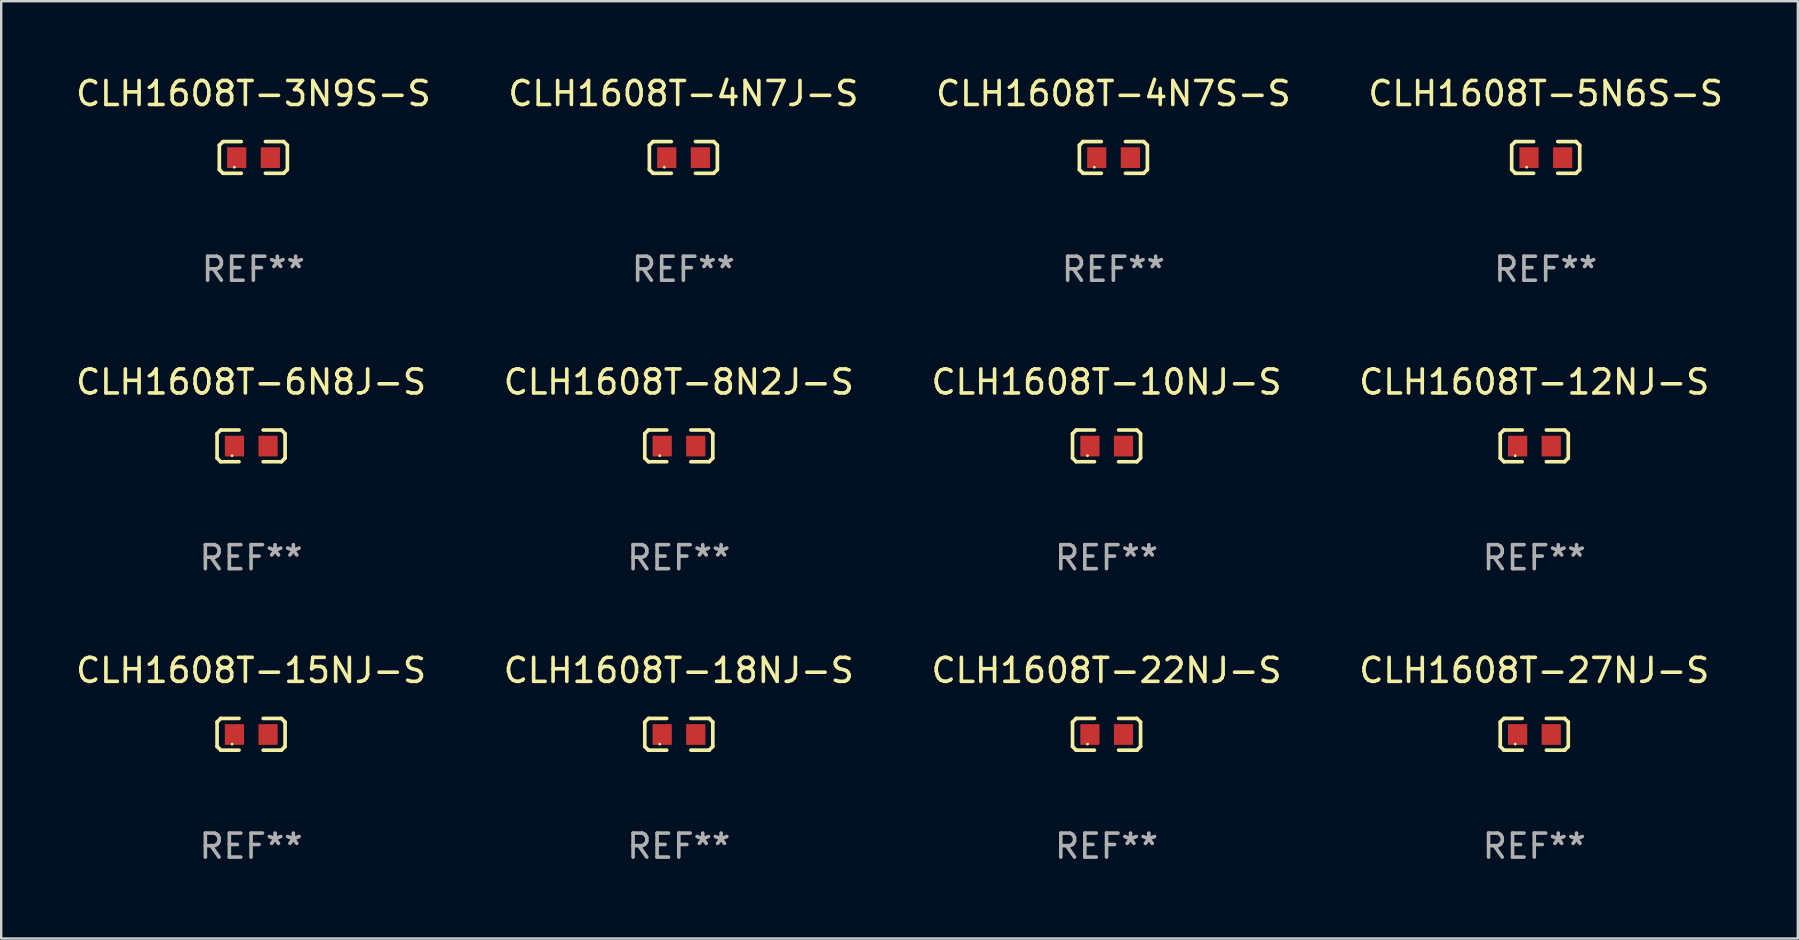
<source format=kicad_pcb>
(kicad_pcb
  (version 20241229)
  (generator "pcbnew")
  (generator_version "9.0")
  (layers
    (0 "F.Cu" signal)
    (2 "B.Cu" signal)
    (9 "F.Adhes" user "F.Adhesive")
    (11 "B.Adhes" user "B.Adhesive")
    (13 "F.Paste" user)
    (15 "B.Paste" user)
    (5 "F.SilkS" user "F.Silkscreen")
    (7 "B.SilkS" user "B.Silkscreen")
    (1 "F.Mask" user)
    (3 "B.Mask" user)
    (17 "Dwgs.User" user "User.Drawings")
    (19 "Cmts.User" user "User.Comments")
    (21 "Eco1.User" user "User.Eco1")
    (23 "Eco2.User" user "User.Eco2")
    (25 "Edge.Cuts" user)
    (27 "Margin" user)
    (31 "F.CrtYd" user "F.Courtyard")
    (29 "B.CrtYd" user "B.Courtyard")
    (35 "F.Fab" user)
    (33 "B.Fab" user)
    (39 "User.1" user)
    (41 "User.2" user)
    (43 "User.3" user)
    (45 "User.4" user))
  (footprint "CLH1608T-8N2J-S"
    (layer "F.Cu")
    (at 25.232 15.527)
    (property "Reference" "CLH1608T-8N2J-S" (at 0 -2.661 0) (layer "F.SilkS") (effects (font (size 1 1) (thickness 0.15))))
    (attr through_hole)
    (fp_line (start -1.417 -0.508) (end -1.265 -0.661) (stroke (width 0.152) (type solid)) (layer "F.SilkS"))
    (fp_line (start -1.417 0.508) (end -1.417 -0.508) (stroke (width 0.152) (type solid)) (layer "F.SilkS"))
    (fp_line (start -1.265 -0.661) (end -0.503 -0.661) (stroke (width 0.152) (type solid)) (layer "F.SilkS"))
    (fp_line (start -1.265 0.661) (end -1.417 0.508) (stroke (width 0.152) (type solid)) (layer "F.SilkS"))
    (fp_line (start -1.265 0.661) (end -0.503 0.661) (stroke (width 0.152) (type solid)) (layer "F.SilkS"))
    (fp_line (start 1.265 -0.661) (end 0.503 -0.661) (stroke (width 0.152) (type solid)) (layer "F.SilkS"))
    (fp_line (start 1.265 -0.661) (end 1.417 -0.508) (stroke (width 0.152) (type solid)) (layer "F.SilkS"))
    (fp_line (start 1.265 0.661) (end 0.503 0.661) (stroke (width 0.152) (type solid)) (layer "F.SilkS"))
    (fp_line (start 1.417 -0.508) (end 1.417 0.508) (stroke (width 0.152) (type solid)) (layer "F.SilkS"))
    (fp_line (start 1.417 0.508) (end 1.265 0.661) (stroke (width 0.152) (type solid)) (layer "F.SilkS"))
    (fp_circle (center -0.793 0.409) (end -0.763 0.409) (stroke (width 0.06) (type solid)) (fill no) (layer "F.SilkS"))
    (fp_text user "REF**" (at 0 4.661 0) (layer "F.Fab") (effects (font (size 1 1) (thickness 0.15))))
    (pad "1" smd rect (at -0.693 0.009 180) (size 0.8 0.864) (layers "F.Cu" "F.Mask" "F.Paste"))
    (pad "2" smd rect (at 0.707 0.009 180) (size 0.8 0.864) (layers "F.Cu" "F.Mask" "F.Paste")))
  (footprint "CLH1608T-12NJ-S"
    (layer "F.Cu")
    (at 60.875 15.527)
    (property "Reference" "CLH1608T-12NJ-S" (at 0 -2.661 0) (layer "F.SilkS") (effects (font (size 1 1) (thickness 0.15))))
    (attr through_hole)
    (fp_line (start -1.417 -0.508) (end -1.265 -0.661) (stroke (width 0.152) (type solid)) (layer "F.SilkS"))
    (fp_line (start -1.417 0.508) (end -1.417 -0.508) (stroke (width 0.152) (type solid)) (layer "F.SilkS"))
    (fp_line (start -1.265 -0.661) (end -0.503 -0.661) (stroke (width 0.152) (type solid)) (layer "F.SilkS"))
    (fp_line (start -1.265 0.661) (end -1.417 0.508) (stroke (width 0.152) (type solid)) (layer "F.SilkS"))
    (fp_line (start -1.265 0.661) (end -0.503 0.661) (stroke (width 0.152) (type solid)) (layer "F.SilkS"))
    (fp_line (start 1.265 -0.661) (end 0.503 -0.661) (stroke (width 0.152) (type solid)) (layer "F.SilkS"))
    (fp_line (start 1.265 -0.661) (end 1.417 -0.508) (stroke (width 0.152) (type solid)) (layer "F.SilkS"))
    (fp_line (start 1.265 0.661) (end 0.503 0.661) (stroke (width 0.152) (type solid)) (layer "F.SilkS"))
    (fp_line (start 1.417 -0.508) (end 1.417 0.508) (stroke (width 0.152) (type solid)) (layer "F.SilkS"))
    (fp_line (start 1.417 0.508) (end 1.265 0.661) (stroke (width 0.152) (type solid)) (layer "F.SilkS"))
    (fp_circle (center -0.793 0.409) (end -0.763 0.409) (stroke (width 0.06) (type solid)) (fill no) (layer "F.SilkS"))
    (fp_text user "REF**" (at 0 4.661 0) (layer "F.Fab") (effects (font (size 1 1) (thickness 0.15))))
    (pad "1" smd rect (at -0.693 0.009 180) (size 0.8 0.864) (layers "F.Cu" "F.Mask" "F.Paste"))
    (pad "2" smd rect (at 0.707 0.009 180) (size 0.8 0.864) (layers "F.Cu" "F.Mask" "F.Paste")))
  (footprint "CLH1608T-27NJ-S"
    (layer "F.Cu")
    (at 60.875 27.544)
    (property "Reference" "CLH1608T-27NJ-S" (at 0 -2.661 0) (layer "F.SilkS") (effects (font (size 1 1) (thickness 0.15))))
    (attr through_hole)
    (fp_line (start -1.417 -0.508) (end -1.265 -0.661) (stroke (width 0.152) (type solid)) (layer "F.SilkS"))
    (fp_line (start -1.417 0.508) (end -1.417 -0.508) (stroke (width 0.152) (type solid)) (layer "F.SilkS"))
    (fp_line (start -1.265 -0.661) (end -0.503 -0.661) (stroke (width 0.152) (type solid)) (layer "F.SilkS"))
    (fp_line (start -1.265 0.661) (end -1.417 0.508) (stroke (width 0.152) (type solid)) (layer "F.SilkS"))
    (fp_line (start -1.265 0.661) (end -0.503 0.661) (stroke (width 0.152) (type solid)) (layer "F.SilkS"))
    (fp_line (start 1.265 -0.661) (end 0.503 -0.661) (stroke (width 0.152) (type solid)) (layer "F.SilkS"))
    (fp_line (start 1.265 -0.661) (end 1.417 -0.508) (stroke (width 0.152) (type solid)) (layer "F.SilkS"))
    (fp_line (start 1.265 0.661) (end 0.503 0.661) (stroke (width 0.152) (type solid)) (layer "F.SilkS"))
    (fp_line (start 1.417 -0.508) (end 1.417 0.508) (stroke (width 0.152) (type solid)) (layer "F.SilkS"))
    (fp_line (start 1.417 0.508) (end 1.265 0.661) (stroke (width 0.152) (type solid)) (layer "F.SilkS"))
    (fp_circle (center -0.793 0.409) (end -0.763 0.409) (stroke (width 0.06) (type solid)) (fill no) (layer "F.SilkS"))
    (fp_text user "REF**" (at 0 4.661 0) (layer "F.Fab") (effects (font (size 1 1) (thickness 0.15))))
    (pad "1" smd rect (at -0.693 0.009 180) (size 0.8 0.864) (layers "F.Cu" "F.Mask" "F.Paste"))
    (pad "2" smd rect (at 0.707 0.009 180) (size 0.8 0.864) (layers "F.Cu" "F.Mask" "F.Paste")))
  (footprint "CLH1608T-18NJ-S"
    (layer "F.Cu")
    (at 25.232 27.544)
    (property "Reference" "CLH1608T-18NJ-S" (at 0 -2.661 0) (layer "F.SilkS") (effects (font (size 1 1) (thickness 0.15))))
    (attr through_hole)
    (fp_line (start -1.417 -0.508) (end -1.265 -0.661) (stroke (width 0.152) (type solid)) (layer "F.SilkS"))
    (fp_line (start -1.417 0.508) (end -1.417 -0.508) (stroke (width 0.152) (type solid)) (layer "F.SilkS"))
    (fp_line (start -1.265 -0.661) (end -0.503 -0.661) (stroke (width 0.152) (type solid)) (layer "F.SilkS"))
    (fp_line (start -1.265 0.661) (end -1.417 0.508) (stroke (width 0.152) (type solid)) (layer "F.SilkS"))
    (fp_line (start -1.265 0.661) (end -0.503 0.661) (stroke (width 0.152) (type solid)) (layer "F.SilkS"))
    (fp_line (start 1.265 -0.661) (end 0.503 -0.661) (stroke (width 0.152) (type solid)) (layer "F.SilkS"))
    (fp_line (start 1.265 -0.661) (end 1.417 -0.508) (stroke (width 0.152) (type solid)) (layer "F.SilkS"))
    (fp_line (start 1.265 0.661) (end 0.503 0.661) (stroke (width 0.152) (type solid)) (layer "F.SilkS"))
    (fp_line (start 1.417 -0.508) (end 1.417 0.508) (stroke (width 0.152) (type solid)) (layer "F.SilkS"))
    (fp_line (start 1.417 0.508) (end 1.265 0.661) (stroke (width 0.152) (type solid)) (layer "F.SilkS"))
    (fp_circle (center -0.793 0.409) (end -0.763 0.409) (stroke (width 0.06) (type solid)) (fill no) (layer "F.SilkS"))
    (fp_text user "REF**" (at 0 4.661 0) (layer "F.Fab") (effects (font (size 1 1) (thickness 0.15))))
    (pad "1" smd rect (at -0.693 0.009 180) (size 0.8 0.864) (layers "F.Cu" "F.Mask" "F.Paste"))
    (pad "2" smd rect (at 0.707 0.009 180) (size 0.8 0.864) (layers "F.Cu" "F.Mask" "F.Paste")))
  (footprint "CLH1608T-10NJ-S"
    (layer "F.Cu")
    (at 43.054 15.527)
    (property "Reference" "CLH1608T-10NJ-S" (at 0 -2.661 0) (layer "F.SilkS") (effects (font (size 1 1) (thickness 0.15))))
    (attr through_hole)
    (fp_line (start -1.417 -0.508) (end -1.265 -0.661) (stroke (width 0.152) (type solid)) (layer "F.SilkS"))
    (fp_line (start -1.417 0.508) (end -1.417 -0.508) (stroke (width 0.152) (type solid)) (layer "F.SilkS"))
    (fp_line (start -1.265 -0.661) (end -0.503 -0.661) (stroke (width 0.152) (type solid)) (layer "F.SilkS"))
    (fp_line (start -1.265 0.661) (end -1.417 0.508) (stroke (width 0.152) (type solid)) (layer "F.SilkS"))
    (fp_line (start -1.265 0.661) (end -0.503 0.661) (stroke (width 0.152) (type solid)) (layer "F.SilkS"))
    (fp_line (start 1.265 -0.661) (end 0.503 -0.661) (stroke (width 0.152) (type solid)) (layer "F.SilkS"))
    (fp_line (start 1.265 -0.661) (end 1.417 -0.508) (stroke (width 0.152) (type solid)) (layer "F.SilkS"))
    (fp_line (start 1.265 0.661) (end 0.503 0.661) (stroke (width 0.152) (type solid)) (layer "F.SilkS"))
    (fp_line (start 1.417 -0.508) (end 1.417 0.508) (stroke (width 0.152) (type solid)) (layer "F.SilkS"))
    (fp_line (start 1.417 0.508) (end 1.265 0.661) (stroke (width 0.152) (type solid)) (layer "F.SilkS"))
    (fp_circle (center -0.793 0.409) (end -0.763 0.409) (stroke (width 0.06) (type solid)) (fill no) (layer "F.SilkS"))
    (fp_text user "REF**" (at 0 4.661 0) (layer "F.Fab") (effects (font (size 1 1) (thickness 0.15))))
    (pad "1" smd rect (at -0.693 0.009 180) (size 0.8 0.864) (layers "F.Cu" "F.Mask" "F.Paste"))
    (pad "2" smd rect (at 0.707 0.009 180) (size 0.8 0.864) (layers "F.Cu" "F.Mask" "F.Paste")))
  (footprint "CLH1608T-5N6S-S"
    (layer "F.Cu")
    (at 61.351 3.509)
    (property "Reference" "CLH1608T-5N6S-S" (at 0 -2.661 0) (layer "F.SilkS") (effects (font (size 1 1) (thickness 0.15))))
    (attr through_hole)
    (fp_line (start -1.417 -0.508) (end -1.265 -0.661) (stroke (width 0.152) (type solid)) (layer "F.SilkS"))
    (fp_line (start -1.417 0.508) (end -1.417 -0.508) (stroke (width 0.152) (type solid)) (layer "F.SilkS"))
    (fp_line (start -1.265 -0.661) (end -0.503 -0.661) (stroke (width 0.152) (type solid)) (layer "F.SilkS"))
    (fp_line (start -1.265 0.661) (end -1.417 0.508) (stroke (width 0.152) (type solid)) (layer "F.SilkS"))
    (fp_line (start -1.265 0.661) (end -0.503 0.661) (stroke (width 0.152) (type solid)) (layer "F.SilkS"))
    (fp_line (start 1.265 -0.661) (end 0.503 -0.661) (stroke (width 0.152) (type solid)) (layer "F.SilkS"))
    (fp_line (start 1.265 -0.661) (end 1.417 -0.508) (stroke (width 0.152) (type solid)) (layer "F.SilkS"))
    (fp_line (start 1.265 0.661) (end 0.503 0.661) (stroke (width 0.152) (type solid)) (layer "F.SilkS"))
    (fp_line (start 1.417 -0.508) (end 1.417 0.508) (stroke (width 0.152) (type solid)) (layer "F.SilkS"))
    (fp_line (start 1.417 0.508) (end 1.265 0.661) (stroke (width 0.152) (type solid)) (layer "F.SilkS"))
    (fp_circle (center -0.793 0.409) (end -0.763 0.409) (stroke (width 0.06) (type solid)) (fill no) (layer "F.SilkS"))
    (fp_text user "REF**" (at 0 4.661 0) (layer "F.Fab") (effects (font (size 1 1) (thickness 0.15))))
    (pad "1" smd rect (at -0.693 0.009 180) (size 0.8 0.864) (layers "F.Cu" "F.Mask" "F.Paste"))
    (pad "2" smd rect (at 0.707 0.009 180) (size 0.8 0.864) (layers "F.Cu" "F.Mask" "F.Paste")))
  (footprint "CLH1608T-4N7J-S"
    (layer "F.Cu")
    (at 25.423 3.509)
    (property "Reference" "CLH1608T-4N7J-S" (at 0 -2.661 0) (layer "F.SilkS") (effects (font (size 1 1) (thickness 0.15))))
    (attr through_hole)
    (fp_line (start -1.417 -0.508) (end -1.265 -0.661) (stroke (width 0.152) (type solid)) (layer "F.SilkS"))
    (fp_line (start -1.417 0.508) (end -1.417 -0.508) (stroke (width 0.152) (type solid)) (layer "F.SilkS"))
    (fp_line (start -1.265 -0.661) (end -0.503 -0.661) (stroke (width 0.152) (type solid)) (layer "F.SilkS"))
    (fp_line (start -1.265 0.661) (end -1.417 0.508) (stroke (width 0.152) (type solid)) (layer "F.SilkS"))
    (fp_line (start -1.265 0.661) (end -0.503 0.661) (stroke (width 0.152) (type solid)) (layer "F.SilkS"))
    (fp_line (start 1.265 -0.661) (end 0.503 -0.661) (stroke (width 0.152) (type solid)) (layer "F.SilkS"))
    (fp_line (start 1.265 -0.661) (end 1.417 -0.508) (stroke (width 0.152) (type solid)) (layer "F.SilkS"))
    (fp_line (start 1.265 0.661) (end 0.503 0.661) (stroke (width 0.152) (type solid)) (layer "F.SilkS"))
    (fp_line (start 1.417 -0.508) (end 1.417 0.508) (stroke (width 0.152) (type solid)) (layer "F.SilkS"))
    (fp_line (start 1.417 0.508) (end 1.265 0.661) (stroke (width 0.152) (type solid)) (layer "F.SilkS"))
    (fp_circle (center -0.793 0.409) (end -0.763 0.409) (stroke (width 0.06) (type solid)) (fill no) (layer "F.SilkS"))
    (fp_text user "REF**" (at 0 4.661 0) (layer "F.Fab") (effects (font (size 1 1) (thickness 0.15))))
    (pad "1" smd rect (at -0.693 0.009 180) (size 0.8 0.864) (layers "F.Cu" "F.Mask" "F.Paste"))
    (pad "2" smd rect (at 0.707 0.009 180) (size 0.8 0.864) (layers "F.Cu" "F.Mask" "F.Paste")))
  (footprint "CLH1608T-4N7S-S"
    (layer "F.Cu")
    (at 43.339 3.509)
    (property "Reference" "CLH1608T-4N7S-S" (at 0 -2.661 0) (layer "F.SilkS") (effects (font (size 1 1) (thickness 0.15))))
    (attr through_hole)
    (fp_line (start -1.417 -0.508) (end -1.265 -0.661) (stroke (width 0.152) (type solid)) (layer "F.SilkS"))
    (fp_line (start -1.417 0.508) (end -1.417 -0.508) (stroke (width 0.152) (type solid)) (layer "F.SilkS"))
    (fp_line (start -1.265 -0.661) (end -0.503 -0.661) (stroke (width 0.152) (type solid)) (layer "F.SilkS"))
    (fp_line (start -1.265 0.661) (end -1.417 0.508) (stroke (width 0.152) (type solid)) (layer "F.SilkS"))
    (fp_line (start -1.265 0.661) (end -0.503 0.661) (stroke (width 0.152) (type solid)) (layer "F.SilkS"))
    (fp_line (start 1.265 -0.661) (end 0.503 -0.661) (stroke (width 0.152) (type solid)) (layer "F.SilkS"))
    (fp_line (start 1.265 -0.661) (end 1.417 -0.508) (stroke (width 0.152) (type solid)) (layer "F.SilkS"))
    (fp_line (start 1.265 0.661) (end 0.503 0.661) (stroke (width 0.152) (type solid)) (layer "F.SilkS"))
    (fp_line (start 1.417 -0.508) (end 1.417 0.508) (stroke (width 0.152) (type solid)) (layer "F.SilkS"))
    (fp_line (start 1.417 0.508) (end 1.265 0.661) (stroke (width 0.152) (type solid)) (layer "F.SilkS"))
    (fp_circle (center -0.793 0.409) (end -0.763 0.409) (stroke (width 0.06) (type solid)) (fill no) (layer "F.SilkS"))
    (fp_text user "REF**" (at 0 4.661 0) (layer "F.Fab") (effects (font (size 1 1) (thickness 0.15))))
    (pad "1" smd rect (at -0.693 0.009 180) (size 0.8 0.864) (layers "F.Cu" "F.Mask" "F.Paste"))
    (pad "2" smd rect (at 0.707 0.009 180) (size 0.8 0.864) (layers "F.Cu" "F.Mask" "F.Paste")))
  (footprint "CLH1608T-22NJ-S"
    (layer "F.Cu")
    (at 43.054 27.544)
    (property "Reference" "CLH1608T-22NJ-S" (at 0 -2.661 0) (layer "F.SilkS") (effects (font (size 1 1) (thickness 0.15))))
    (attr through_hole)
    (fp_line (start -1.417 -0.508) (end -1.265 -0.661) (stroke (width 0.152) (type solid)) (layer "F.SilkS"))
    (fp_line (start -1.417 0.508) (end -1.417 -0.508) (stroke (width 0.152) (type solid)) (layer "F.SilkS"))
    (fp_line (start -1.265 -0.661) (end -0.503 -0.661) (stroke (width 0.152) (type solid)) (layer "F.SilkS"))
    (fp_line (start -1.265 0.661) (end -1.417 0.508) (stroke (width 0.152) (type solid)) (layer "F.SilkS"))
    (fp_line (start -1.265 0.661) (end -0.503 0.661) (stroke (width 0.152) (type solid)) (layer "F.SilkS"))
    (fp_line (start 1.265 -0.661) (end 0.503 -0.661) (stroke (width 0.152) (type solid)) (layer "F.SilkS"))
    (fp_line (start 1.265 -0.661) (end 1.417 -0.508) (stroke (width 0.152) (type solid)) (layer "F.SilkS"))
    (fp_line (start 1.265 0.661) (end 0.503 0.661) (stroke (width 0.152) (type solid)) (layer "F.SilkS"))
    (fp_line (start 1.417 -0.508) (end 1.417 0.508) (stroke (width 0.152) (type solid)) (layer "F.SilkS"))
    (fp_line (start 1.417 0.508) (end 1.265 0.661) (stroke (width 0.152) (type solid)) (layer "F.SilkS"))
    (fp_circle (center -0.793 0.409) (end -0.763 0.409) (stroke (width 0.06) (type solid)) (fill no) (layer "F.SilkS"))
    (fp_text user "REF**" (at 0 4.661 0) (layer "F.Fab") (effects (font (size 1 1) (thickness 0.15))))
    (pad "1" smd rect (at -0.693 0.009 180) (size 0.8 0.864) (layers "F.Cu" "F.Mask" "F.Paste"))
    (pad "2" smd rect (at 0.707 0.009 180) (size 0.8 0.864) (layers "F.Cu" "F.Mask" "F.Paste")))
  (footprint "CLH1608T-6N8J-S"
    (layer "F.Cu")
    (at 7.411 15.527)
    (property "Reference" "CLH1608T-6N8J-S" (at 0 -2.661 0) (layer "F.SilkS") (effects (font (size 1 1) (thickness 0.15))))
    (attr through_hole)
    (fp_line (start -1.417 -0.508) (end -1.265 -0.661) (stroke (width 0.152) (type solid)) (layer "F.SilkS"))
    (fp_line (start -1.417 0.508) (end -1.417 -0.508) (stroke (width 0.152) (type solid)) (layer "F.SilkS"))
    (fp_line (start -1.265 -0.661) (end -0.503 -0.661) (stroke (width 0.152) (type solid)) (layer "F.SilkS"))
    (fp_line (start -1.265 0.661) (end -1.417 0.508) (stroke (width 0.152) (type solid)) (layer "F.SilkS"))
    (fp_line (start -1.265 0.661) (end -0.503 0.661) (stroke (width 0.152) (type solid)) (layer "F.SilkS"))
    (fp_line (start 1.265 -0.661) (end 0.503 -0.661) (stroke (width 0.152) (type solid)) (layer "F.SilkS"))
    (fp_line (start 1.265 -0.661) (end 1.417 -0.508) (stroke (width 0.152) (type solid)) (layer "F.SilkS"))
    (fp_line (start 1.265 0.661) (end 0.503 0.661) (stroke (width 0.152) (type solid)) (layer "F.SilkS"))
    (fp_line (start 1.417 -0.508) (end 1.417 0.508) (stroke (width 0.152) (type solid)) (layer "F.SilkS"))
    (fp_line (start 1.417 0.508) (end 1.265 0.661) (stroke (width 0.152) (type solid)) (layer "F.SilkS"))
    (fp_circle (center -0.793 0.409) (end -0.763 0.409) (stroke (width 0.06) (type solid)) (fill no) (layer "F.SilkS"))
    (fp_text user "REF**" (at 0 4.661 0) (layer "F.Fab") (effects (font (size 1 1) (thickness 0.15))))
    (pad "1" smd rect (at -0.693 0.009 180) (size 0.8 0.864) (layers "F.Cu" "F.Mask" "F.Paste"))
    (pad "2" smd rect (at 0.707 0.009 180) (size 0.8 0.864) (layers "F.Cu" "F.Mask" "F.Paste")))
  (footprint "CLH1608T-15NJ-S"
    (layer "F.Cu")
    (at 7.411 27.544)
    (property "Reference" "CLH1608T-15NJ-S" (at 0 -2.661 0) (layer "F.SilkS") (effects (font (size 1 1) (thickness 0.15))))
    (attr through_hole)
    (fp_line (start -1.417 -0.508) (end -1.265 -0.661) (stroke (width 0.152) (type solid)) (layer "F.SilkS"))
    (fp_line (start -1.417 0.508) (end -1.417 -0.508) (stroke (width 0.152) (type solid)) (layer "F.SilkS"))
    (fp_line (start -1.265 -0.661) (end -0.503 -0.661) (stroke (width 0.152) (type solid)) (layer "F.SilkS"))
    (fp_line (start -1.265 0.661) (end -1.417 0.508) (stroke (width 0.152) (type solid)) (layer "F.SilkS"))
    (fp_line (start -1.265 0.661) (end -0.503 0.661) (stroke (width 0.152) (type solid)) (layer "F.SilkS"))
    (fp_line (start 1.265 -0.661) (end 0.503 -0.661) (stroke (width 0.152) (type solid)) (layer "F.SilkS"))
    (fp_line (start 1.265 -0.661) (end 1.417 -0.508) (stroke (width 0.152) (type solid)) (layer "F.SilkS"))
    (fp_line (start 1.265 0.661) (end 0.503 0.661) (stroke (width 0.152) (type solid)) (layer "F.SilkS"))
    (fp_line (start 1.417 -0.508) (end 1.417 0.508) (stroke (width 0.152) (type solid)) (layer "F.SilkS"))
    (fp_line (start 1.417 0.508) (end 1.265 0.661) (stroke (width 0.152) (type solid)) (layer "F.SilkS"))
    (fp_circle (center -0.793 0.409) (end -0.763 0.409) (stroke (width 0.06) (type solid)) (fill no) (layer "F.SilkS"))
    (fp_text user "REF**" (at 0 4.661 0) (layer "F.Fab") (effects (font (size 1 1) (thickness 0.15))))
    (pad "1" smd rect (at -0.693 0.009 180) (size 0.8 0.864) (layers "F.Cu" "F.Mask" "F.Paste"))
    (pad "2" smd rect (at 0.707 0.009 180) (size 0.8 0.864) (layers "F.Cu" "F.Mask" "F.Paste")))
  (footprint "CLH1608T-3N9S-S"
    (layer "F.Cu")
    (at 7.506 3.509)
    (property "Reference" "CLH1608T-3N9S-S" (at 0 -2.661 0) (layer "F.SilkS") (effects (font (size 1 1) (thickness 0.15))))
    (attr through_hole)
    (fp_line (start -1.417 -0.508) (end -1.265 -0.661) (stroke (width 0.152) (type solid)) (layer "F.SilkS"))
    (fp_line (start -1.417 0.508) (end -1.417 -0.508) (stroke (width 0.152) (type solid)) (layer "F.SilkS"))
    (fp_line (start -1.265 -0.661) (end -0.503 -0.661) (stroke (width 0.152) (type solid)) (layer "F.SilkS"))
    (fp_line (start -1.265 0.661) (end -1.417 0.508) (stroke (width 0.152) (type solid)) (layer "F.SilkS"))
    (fp_line (start -1.265 0.661) (end -0.503 0.661) (stroke (width 0.152) (type solid)) (layer "F.SilkS"))
    (fp_line (start 1.265 -0.661) (end 0.503 -0.661) (stroke (width 0.152) (type solid)) (layer "F.SilkS"))
    (fp_line (start 1.265 -0.661) (end 1.417 -0.508) (stroke (width 0.152) (type solid)) (layer "F.SilkS"))
    (fp_line (start 1.265 0.661) (end 0.503 0.661) (stroke (width 0.152) (type solid)) (layer "F.SilkS"))
    (fp_line (start 1.417 -0.508) (end 1.417 0.508) (stroke (width 0.152) (type solid)) (layer "F.SilkS"))
    (fp_line (start 1.417 0.508) (end 1.265 0.661) (stroke (width 0.152) (type solid)) (layer "F.SilkS"))
    (fp_circle (center -0.793 0.409) (end -0.763 0.409) (stroke (width 0.06) (type solid)) (fill no) (layer "F.SilkS"))
    (fp_text user "REF**" (at 0 4.661 0) (layer "F.Fab") (effects (font (size 1 1) (thickness 0.15))))
    (pad "1" smd rect (at -0.693 0.009 180) (size 0.8 0.864) (layers "F.Cu" "F.Mask" "F.Paste"))
    (pad "2" smd rect (at 0.707 0.009 180) (size 0.8 0.864) (layers "F.Cu" "F.Mask" "F.Paste")))
  (gr_rect
    (start -3 -3)
    (end 71.857 36.053)
    (stroke (width 0.1) (type default))
    (fill no)
    (layer "Edge.Cuts")))
</source>
